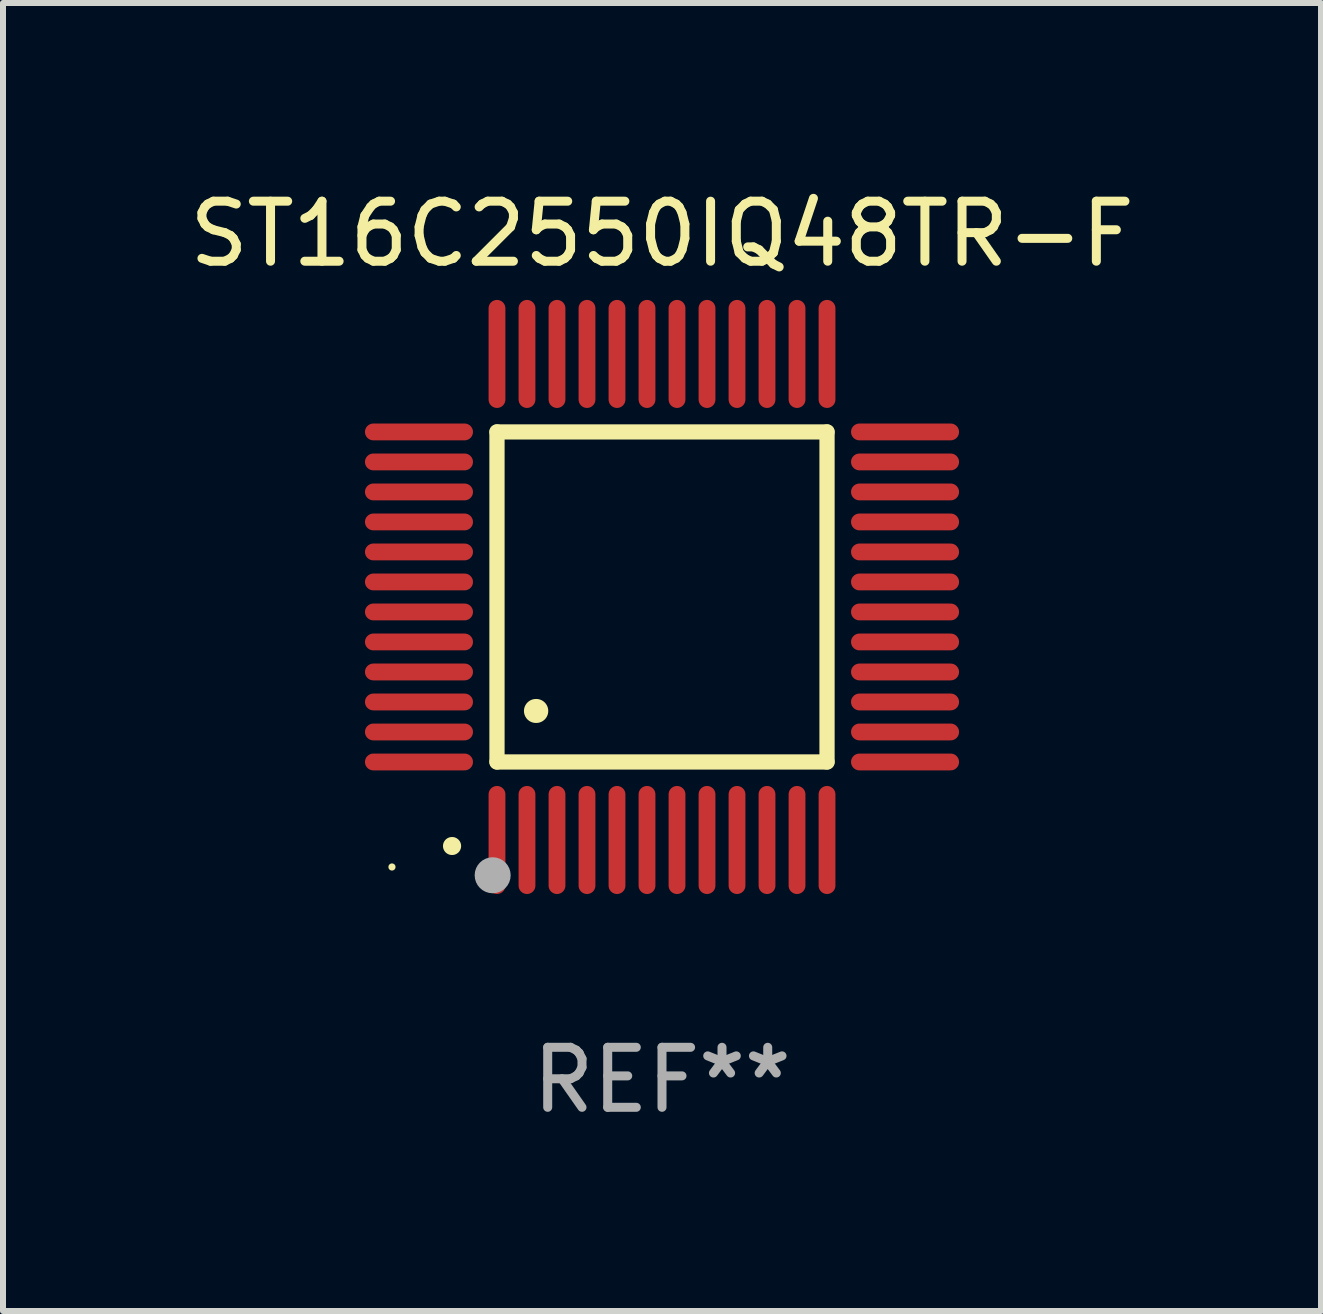
<source format=kicad_pcb>
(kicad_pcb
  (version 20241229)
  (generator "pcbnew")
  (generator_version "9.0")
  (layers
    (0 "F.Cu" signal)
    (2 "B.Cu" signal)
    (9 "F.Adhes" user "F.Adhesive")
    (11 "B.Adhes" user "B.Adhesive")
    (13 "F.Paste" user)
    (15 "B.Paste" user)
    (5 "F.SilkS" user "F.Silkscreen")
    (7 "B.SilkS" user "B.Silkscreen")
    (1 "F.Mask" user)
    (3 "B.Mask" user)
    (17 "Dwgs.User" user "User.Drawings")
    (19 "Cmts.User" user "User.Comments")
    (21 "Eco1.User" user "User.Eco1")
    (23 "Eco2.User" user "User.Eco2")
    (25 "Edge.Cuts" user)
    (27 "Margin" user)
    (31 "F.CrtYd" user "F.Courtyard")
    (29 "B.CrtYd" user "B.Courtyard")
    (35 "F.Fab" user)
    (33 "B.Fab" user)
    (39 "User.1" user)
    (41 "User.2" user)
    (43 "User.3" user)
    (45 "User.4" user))
  (footprint "ST16C2550IQ48TR-F"
    (layer "F.Cu")
    (at 7.982 6.898)
    (property "Reference" "ST16C2550IQ48TR-F" (at 0 -6.05 0) (layer "F.SilkS") (effects (font (size 1 1) (thickness 0.15))))
    (attr through_hole)
    (fp_line (start -2.75 -2.75) (end 2.75 -2.75) (stroke (width 0.254) (type solid)) (layer "F.SilkS"))
    (fp_line (start -2.75 2.75) (end -2.75 -2.75) (stroke (width 0.254) (type solid)) (layer "F.SilkS"))
    (fp_line (start 2.75 -2.75) (end 2.75 2.75) (stroke (width 0.254) (type solid)) (layer "F.SilkS"))
    (fp_line (start 2.75 2.75) (end -2.75 2.75) (stroke (width 0.254) (type solid)) (layer "F.SilkS"))
    (fp_arc (start -3.500127 4.150368) (mid -3.498857 4.150363) (end -3.497587 4.150368) (stroke (width 0.3) (type solid)) (layer "F.SilkS"))
    (fp_arc (start -2.100584 1.899924) (mid -2.098044 1.899908) (end -2.095504 1.899924) (stroke (width 0.4) (type solid)) (layer "F.SilkS"))
    (fp_circle (center -4.5 4.5) (end -4.47 4.5) (stroke (width 0.06) (type solid)) (fill no) (layer "F.SilkS"))
    (fp_circle (center -2.822 4.638) (end -2.672 4.638) (stroke (width 0.3) (type solid)) (fill no) (layer "F.Fab"))
    (fp_text user "REF**" (at 0 8.05 0) (layer "F.Fab") (effects (font (size 1 1) (thickness 0.15))))
    (pad "1" smd oval (at -2.75 4.05) (size 0.28 1.8) (layers "F.Cu" "F.Mask" "F.Paste"))
    (pad "2" smd oval (at -2.25 4.05) (size 0.28 1.8) (layers "F.Cu" "F.Mask" "F.Paste"))
    (pad "3" smd oval (at -1.75 4.05) (size 0.28 1.8) (layers "F.Cu" "F.Mask" "F.Paste"))
    (pad "4" smd oval (at -1.25 4.05) (size 0.28 1.8) (layers "F.Cu" "F.Mask" "F.Paste"))
    (pad "5" smd oval (at -0.75 4.05) (size 0.28 1.8) (layers "F.Cu" "F.Mask" "F.Paste"))
    (pad "6" smd oval (at -0.25 4.05) (size 0.28 1.8) (layers "F.Cu" "F.Mask" "F.Paste"))
    (pad "7" smd oval (at 0.25 4.05) (size 0.28 1.8) (layers "F.Cu" "F.Mask" "F.Paste"))
    (pad "8" smd oval (at 0.75 4.05) (size 0.28 1.8) (layers "F.Cu" "F.Mask" "F.Paste"))
    (pad "9" smd oval (at 1.25 4.05) (size 0.28 1.8) (layers "F.Cu" "F.Mask" "F.Paste"))
    (pad "10" smd oval (at 1.75 4.05) (size 0.28 1.8) (layers "F.Cu" "F.Mask" "F.Paste"))
    (pad "11" smd oval (at 2.25 4.05) (size 0.28 1.8) (layers "F.Cu" "F.Mask" "F.Paste"))
    (pad "12" smd oval (at 2.75 4.05) (size 0.28 1.8) (layers "F.Cu" "F.Mask" "F.Paste"))
    (pad "13" smd oval (at 4.05 2.75) (size 1.8 0.28) (layers "F.Cu" "F.Mask" "F.Paste"))
    (pad "14" smd oval (at 4.05 2.25) (size 1.8 0.28) (layers "F.Cu" "F.Mask" "F.Paste"))
    (pad "15" smd oval (at 4.05 1.75) (size 1.8 0.28) (layers "F.Cu" "F.Mask" "F.Paste"))
    (pad "16" smd oval (at 4.05 1.25) (size 1.8 0.28) (layers "F.Cu" "F.Mask" "F.Paste"))
    (pad "17" smd oval (at 4.05 0.75) (size 1.8 0.28) (layers "F.Cu" "F.Mask" "F.Paste"))
    (pad "18" smd oval (at 4.05 0.25) (size 1.8 0.28) (layers "F.Cu" "F.Mask" "F.Paste"))
    (pad "19" smd oval (at 4.05 -0.25) (size 1.8 0.28) (layers "F.Cu" "F.Mask" "F.Paste"))
    (pad "20" smd oval (at 4.05 -0.75) (size 1.8 0.28) (layers "F.Cu" "F.Mask" "F.Paste"))
    (pad "21" smd oval (at 4.05 -1.25) (size 1.8 0.28) (layers "F.Cu" "F.Mask" "F.Paste"))
    (pad "22" smd oval (at 4.05 -1.75) (size 1.8 0.28) (layers "F.Cu" "F.Mask" "F.Paste"))
    (pad "23" smd oval (at 4.05 -2.25) (size 1.8 0.28) (layers "F.Cu" "F.Mask" "F.Paste"))
    (pad "24" smd oval (at 4.05 -2.75) (size 1.8 0.28) (layers "F.Cu" "F.Mask" "F.Paste"))
    (pad "25" smd oval (at 2.75 -4.05) (size 0.28 1.8) (layers "F.Cu" "F.Mask" "F.Paste"))
    (pad "26" smd oval (at 2.25 -4.05) (size 0.28 1.8) (layers "F.Cu" "F.Mask" "F.Paste"))
    (pad "27" smd oval (at 1.75 -4.05) (size 0.28 1.8) (layers "F.Cu" "F.Mask" "F.Paste"))
    (pad "28" smd oval (at 1.25 -4.05) (size 0.28 1.8) (layers "F.Cu" "F.Mask" "F.Paste"))
    (pad "29" smd oval (at 0.75 -4.05) (size 0.28 1.8) (layers "F.Cu" "F.Mask" "F.Paste"))
    (pad "30" smd oval (at 0.25 -4.05) (size 0.28 1.8) (layers "F.Cu" "F.Mask" "F.Paste"))
    (pad "31" smd oval (at -0.25 -4.05) (size 0.28 1.8) (layers "F.Cu" "F.Mask" "F.Paste"))
    (pad "32" smd oval (at -0.75 -4.05) (size 0.28 1.8) (layers "F.Cu" "F.Mask" "F.Paste"))
    (pad "33" smd oval (at -1.25 -4.05) (size 0.28 1.8) (layers "F.Cu" "F.Mask" "F.Paste"))
    (pad "34" smd oval (at -1.75 -4.05) (size 0.28 1.8) (layers "F.Cu" "F.Mask" "F.Paste"))
    (pad "35" smd oval (at -2.25 -4.05) (size 0.28 1.8) (layers "F.Cu" "F.Mask" "F.Paste"))
    (pad "36" smd oval (at -2.75 -4.05) (size 0.28 1.8) (layers "F.Cu" "F.Mask" "F.Paste"))
    (pad "37" smd oval (at -4.05 -2.75) (size 1.8 0.28) (layers "F.Cu" "F.Mask" "F.Paste"))
    (pad "38" smd oval (at -4.05 -2.25) (size 1.8 0.28) (layers "F.Cu" "F.Mask" "F.Paste"))
    (pad "39" smd oval (at -4.05 -1.75) (size 1.8 0.28) (layers "F.Cu" "F.Mask" "F.Paste"))
    (pad "40" smd oval (at -4.05 -1.25) (size 1.8 0.28) (layers "F.Cu" "F.Mask" "F.Paste"))
    (pad "41" smd oval (at -4.05 -0.75) (size 1.8 0.28) (layers "F.Cu" "F.Mask" "F.Paste"))
    (pad "42" smd oval (at -4.05 -0.25) (size 1.8 0.28) (layers "F.Cu" "F.Mask" "F.Paste"))
    (pad "43" smd oval (at -4.05 0.25) (size 1.8 0.28) (layers "F.Cu" "F.Mask" "F.Paste"))
    (pad "44" smd oval (at -4.05 0.75) (size 1.8 0.28) (layers "F.Cu" "F.Mask" "F.Paste"))
    (pad "45" smd oval (at -4.05 1.25) (size 1.8 0.28) (layers "F.Cu" "F.Mask" "F.Paste"))
    (pad "46" smd oval (at -4.05 1.75) (size 1.8 0.28) (layers "F.Cu" "F.Mask" "F.Paste"))
    (pad "47" smd oval (at -4.05 2.25) (size 1.8 0.28) (layers "F.Cu" "F.Mask" "F.Paste"))
    (pad "48" smd oval (at -4.05 2.75) (size 1.8 0.28) (layers "F.Cu" "F.Mask" "F.Paste")))
  (gr_rect
    (start -3 -3)
    (end 18.964 18.797)
    (stroke (width 0.1) (type default))
    (fill no)
    (layer "Edge.Cuts")))
</source>
